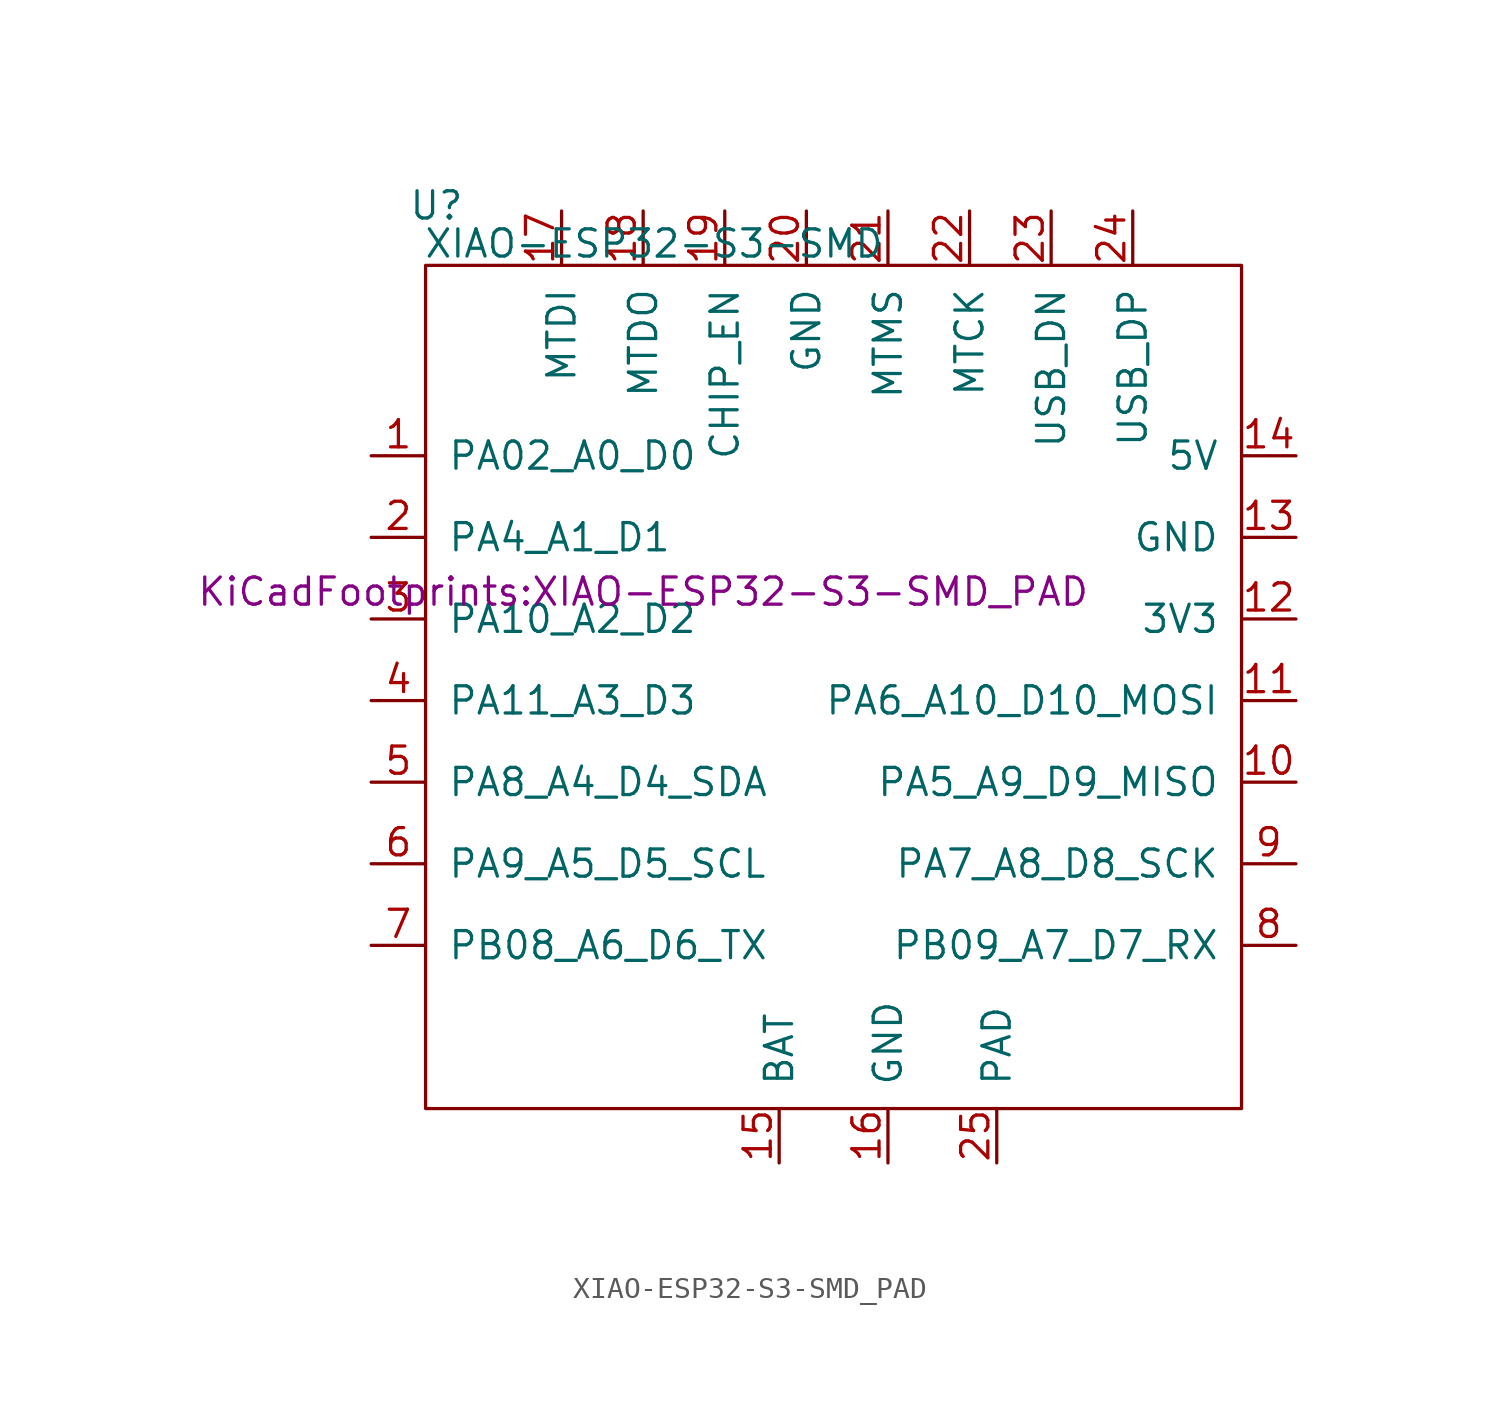
<source format=kicad_sym>
(kicad_symbol_lib
  (version 20231120)
  (generator "kicad_symbol_editor")
  (generator_version "8.0")
  (symbol "XIAO-ESP32-S3-SMD_PAD"
    (pin_names
      (offset 1.016))
    (property "Reference" "U"
      (at -18.542 23.114 0)
      (effects (font (size 1.27 1.27))))
    (property "Value" "XIAO-ESP32-S3-SMD"
      (at -8.382 21.336 0)
      (effects (font (size 1.27 1.27))))
    (property "Footprint" "KiCadFootprints:XIAO-ESP32-S3-SMD_PAD"
      (at -8.89 5.08 0)
      (effects (font (size 1.27 1.27))))
    (symbol "XIAO-ESP32-S3-SMD_PAD_0_1"
      (rectangle (start 19.05 -19.05) (end -19.05 20.32) (stroke (width 0) (type default)) (fill (type none))))
    (symbol "XIAO-ESP32-S3-SMD_PAD_1_1"
      (pin passive line (at -21.59 11.43 0) (length 2.54) (name "PA02_A0_D0" (effects (font (size 1.27 1.27)))) (number "1" (effects (font (size 1.27 1.27)))))
      (pin passive line (at 21.59 -3.81 180) (length 2.54) (name "PA5_A9_D9_MISO" (effects (font (size 1.27 1.27)))) (number "10" (effects (font (size 1.27 1.27)))))
      (pin passive line (at 21.59 0 180) (length 2.54) (name "PA6_A10_D10_MOSI" (effects (font (size 1.27 1.27)))) (number "11" (effects (font (size 1.27 1.27)))))
      (pin passive line (at 21.59 3.81 180) (length 2.54) (name "3V3" (effects (font (size 1.27 1.27)))) (number "12" (effects (font (size 1.27 1.27)))))
      (pin passive line (at 21.59 7.62 180) (length 2.54) (name "GND" (effects (font (size 1.27 1.27)))) (number "13" (effects (font (size 1.27 1.27)))))
      (pin passive line (at 21.59 11.43 180) (length 2.54) (name "5V" (effects (font (size 1.27 1.27)))) (number "14" (effects (font (size 1.27 1.27)))))
      (pin passive line (at -2.54 -21.59 90) (length 2.54) (name "BAT" (effects (font (size 1.27 1.27)))) (number "15" (effects (font (size 1.27 1.27)))))
      (pin passive line (at 2.54 -21.59 90) (length 2.54) (name "GND" (effects (font (size 1.27 1.27)))) (number "16" (effects (font (size 1.27 1.27)))))
      (pin passive line (at -12.7 22.86 270) (length 2.54) (name "MTDI" (effects (font (size 1.27 1.27)))) (number "17" (effects (font (size 1.27 1.27)))))
      (pin passive line (at -8.89 22.86 270) (length 2.54) (name "MTDO" (effects (font (size 1.27 1.27)))) (number "18" (effects (font (size 1.27 1.27)))))
      (pin passive line (at -5.08 22.86 270) (length 2.54) (name "CHIP_EN" (effects (font (size 1.27 1.27)))) (number "19" (effects (font (size 1.27 1.27)))))
      (pin passive line (at -21.59 7.62 0) (length 2.54) (name "PA4_A1_D1" (effects (font (size 1.27 1.27)))) (number "2" (effects (font (size 1.27 1.27)))))
      (pin passive line (at -1.27 22.86 270) (length 2.54) (name "GND" (effects (font (size 1.27 1.27)))) (number "20" (effects (font (size 1.27 1.27)))))
      (pin passive line (at 2.54 22.86 270) (length 2.54) (name "MTMS" (effects (font (size 1.27 1.27)))) (number "21" (effects (font (size 1.27 1.27)))))
      (pin passive line (at 6.35 22.86 270) (length 2.54) (name "MTCK" (effects (font (size 1.27 1.27)))) (number "22" (effects (font (size 1.27 1.27)))))
      (pin passive line (at 10.16 22.86 270) (length 2.54) (name "USB_DN" (effects (font (size 1.27 1.27)))) (number "23" (effects (font (size 1.27 1.27)))))
      (pin passive line (at 13.97 22.86 270) (length 2.54) (name "USB_DP" (effects (font (size 1.27 1.27)))) (number "24" (effects (font (size 1.27 1.27)))))
      (pin passive line (at 7.62 -21.59 90) (length 2.54) (name "PAD" (effects (font (size 1.27 1.27)))) (number "25" (effects (font (size 1.27 1.27)))))
      (pin passive line (at -21.59 3.81 0) (length 2.54) (name "PA10_A2_D2" (effects (font (size 1.27 1.27)))) (number "3" (effects (font (size 1.27 1.27)))))
      (pin passive line (at -21.59 0 0) (length 2.54) (name "PA11_A3_D3" (effects (font (size 1.27 1.27)))) (number "4" (effects (font (size 1.27 1.27)))))
      (pin passive line (at -21.59 -3.81 0) (length 2.54) (name "PA8_A4_D4_SDA" (effects (font (size 1.27 1.27)))) (number "5" (effects (font (size 1.27 1.27)))))
      (pin passive line (at -21.59 -7.62 0) (length 2.54) (name "PA9_A5_D5_SCL" (effects (font (size 1.27 1.27)))) (number "6" (effects (font (size 1.27 1.27)))))
      (pin passive line (at -21.59 -11.43 0) (length 2.54) (name "PB08_A6_D6_TX" (effects (font (size 1.27 1.27)))) (number "7" (effects (font (size 1.27 1.27)))))
      (pin passive line (at 21.59 -11.43 180) (length 2.54) (name "PB09_A7_D7_RX" (effects (font (size 1.27 1.27)))) (number "8" (effects (font (size 1.27 1.27)))))
      (pin passive line (at 21.59 -7.62 180) (length 2.54) (name "PA7_A8_D8_SCK" (effects (font (size 1.27 1.27)))) (number "9" (effects (font (size 1.27 1.27))))))))
</source>
